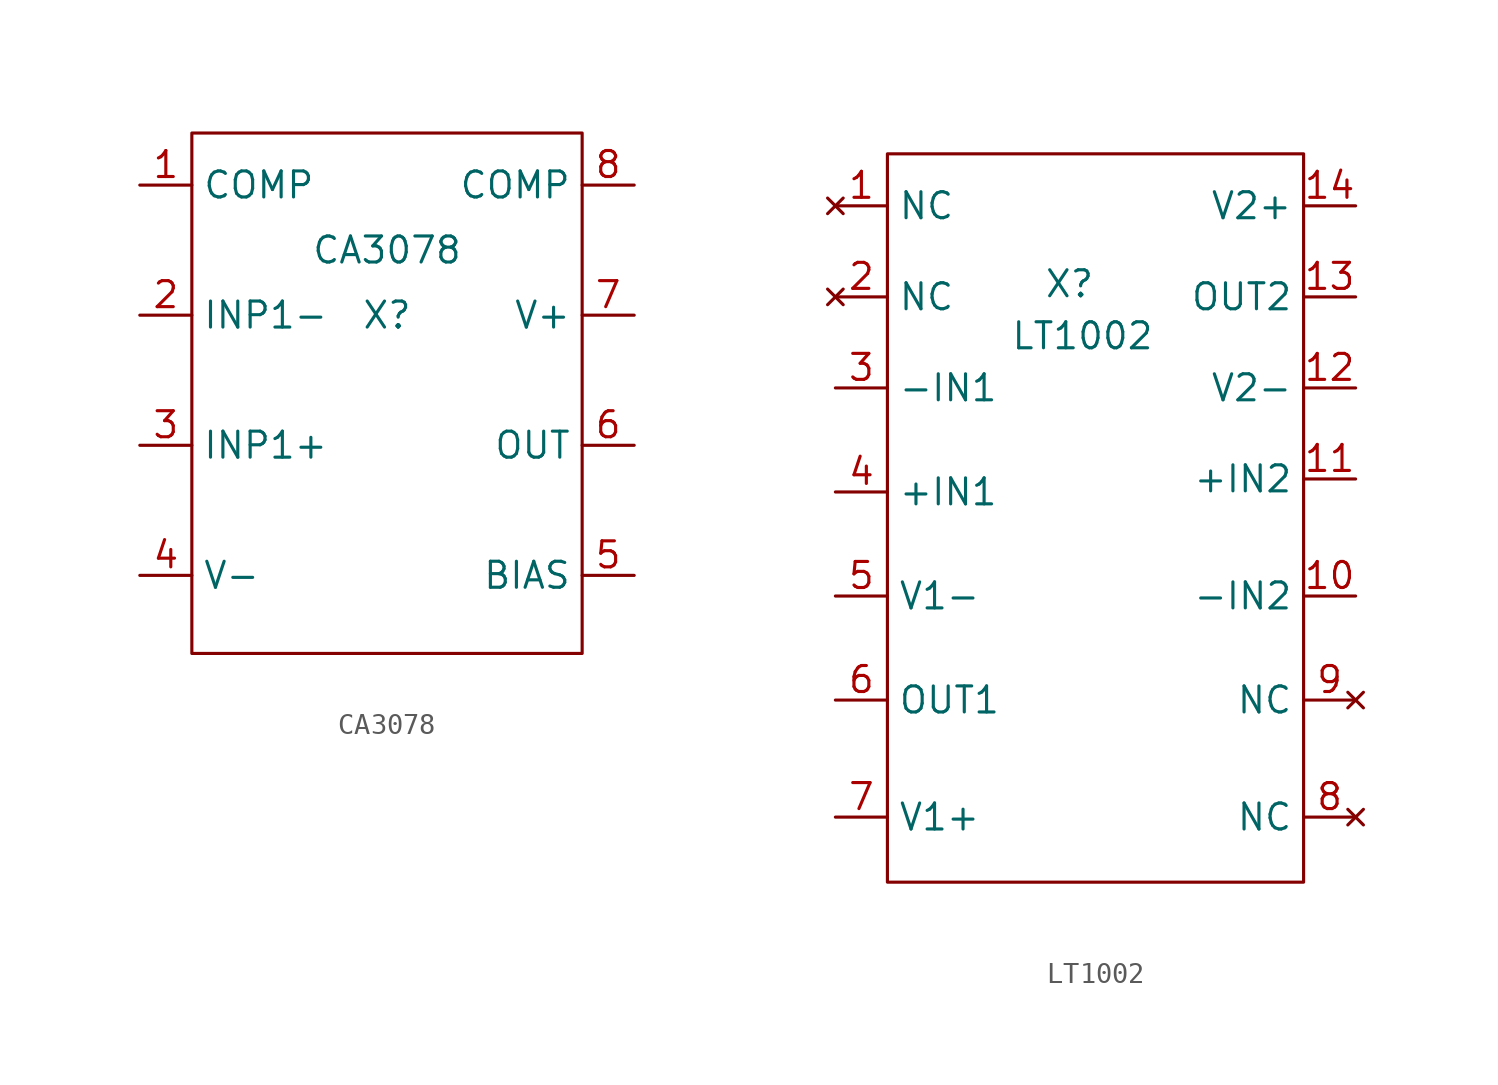
<source format=kicad_sym>
(kicad_symbol_lib
  (version 20211014)
  (generator kicad_symbol_editor)
  (symbol "CA3078"
    (property "Reference" "X"
      (at 0 -3.175 0)
      (effects (font (size 1.27 1.27))))
    (property "Value" "CA3078"
      (at 0 0 0)
      (effects (font (size 1.27 1.27))))
    (symbol "CA3078_0_1"
      (rectangle (start -9.525 5.715) (end 9.525 -19.685) (stroke (width 0) (type default) (color 0 0 0 0)) (fill (type none))))
    (symbol "CA3078_1_1"
      (pin passive line (at -12.065 3.175 0) (length 2.54) (name "COMP" (effects (font (size 1.27 1.27)))) (number "1" (effects (font (size 1.27 1.27)))))
      (pin passive line (at -12.065 -3.175 0) (length 2.54) (name "INP1-" (effects (font (size 1.27 1.27)))) (number "2" (effects (font (size 1.27 1.27)))))
      (pin passive line (at -12.065 -9.525 0) (length 2.54) (name "INP1+" (effects (font (size 1.27 1.27)))) (number "3" (effects (font (size 1.27 1.27)))))
      (pin power_in line (at -12.065 -15.875 0) (length 2.54) (name "V-" (effects (font (size 1.27 1.27)))) (number "4" (effects (font (size 1.27 1.27)))))
      (pin passive line (at 12.065 -15.875 180) (length 2.54) (name "BIAS" (effects (font (size 1.27 1.27)))) (number "5" (effects (font (size 1.27 1.27)))))
      (pin passive line (at 12.065 -9.525 180) (length 2.54) (name "OUT" (effects (font (size 1.27 1.27)))) (number "6" (effects (font (size 1.27 1.27)))))
      (pin power_in line (at 12.065 -3.175 180) (length 2.54) (name "V+" (effects (font (size 1.27 1.27)))) (number "7" (effects (font (size 1.27 1.27)))))
      (pin passive line (at 12.065 3.175 180) (length 2.54) (name "COMP" (effects (font (size 1.27 1.27)))) (number "8" (effects (font (size 1.27 1.27)))))))
  (symbol "LT1002"
    (property "Reference" "X"
      (at -0.635 2.54 0)
      (effects (font (size 1.27 1.27))))
    (property "Value" "LT1002"
      (at 0 0 0)
      (effects (font (size 1.27 1.27))))
    (symbol "LT1002_0_1"
      (rectangle (start -9.525 8.89) (end 10.795 -26.67) (stroke (width 0) (type default) (color 0 0 0 0)) (fill (type none))))
    (symbol "LT1002_1_1"
      (pin no_connect line (at -12.065 6.35 0) (length 2.54) (name "NC" (effects (font (size 1.27 1.27)))) (number "1" (effects (font (size 1.27 1.27)))))
      (pin passive line (at 13.335 -12.7 180) (length 2.54) (name "-IN2" (effects (font (size 1.27 1.27)))) (number "10" (effects (font (size 1.27 1.27)))))
      (pin passive line (at 13.335 -6.985 180) (length 2.54) (name "+IN2" (effects (font (size 1.27 1.27)))) (number "11" (effects (font (size 1.27 1.27)))))
      (pin power_in line (at 13.335 -2.54 180) (length 2.54) (name "V2-" (effects (font (size 1.27 1.27)))) (number "12" (effects (font (size 1.27 1.27)))))
      (pin passive line (at 13.335 1.905 180) (length 2.54) (name "OUT2" (effects (font (size 1.27 1.27)))) (number "13" (effects (font (size 1.27 1.27)))))
      (pin power_in line (at 13.335 6.35 180) (length 2.54) (name "V2+" (effects (font (size 1.27 1.27)))) (number "14" (effects (font (size 1.27 1.27)))))
      (pin no_connect line (at -12.065 1.905 0) (length 2.54) (name "NC" (effects (font (size 1.27 1.27)))) (number "2" (effects (font (size 1.27 1.27)))))
      (pin passive line (at -12.065 -2.54 0) (length 2.54) (name "-IN1" (effects (font (size 1.27 1.27)))) (number "3" (effects (font (size 1.27 1.27)))))
      (pin passive line (at -12.065 -7.62 0) (length 2.54) (name "+IN1" (effects (font (size 1.27 1.27)))) (number "4" (effects (font (size 1.27 1.27)))))
      (pin power_in line (at -12.065 -12.7 0) (length 2.54) (name "V1-" (effects (font (size 1.27 1.27)))) (number "5" (effects (font (size 1.27 1.27)))))
      (pin passive line (at -12.065 -17.78 0) (length 2.54) (name "OUT1" (effects (font (size 1.27 1.27)))) (number "6" (effects (font (size 1.27 1.27)))))
      (pin power_in line (at -12.065 -23.495 0) (length 2.54) (name "V1+" (effects (font (size 1.27 1.27)))) (number "7" (effects (font (size 1.27 1.27)))))
      (pin no_connect line (at 13.335 -23.495 180) (length 2.54) (name "NC" (effects (font (size 1.27 1.27)))) (number "8" (effects (font (size 1.27 1.27)))))
      (pin no_connect line (at 13.335 -17.78 180) (length 2.54) (name "NC" (effects (font (size 1.27 1.27)))) (number "9" (effects (font (size 1.27 1.27))))))))
</source>
